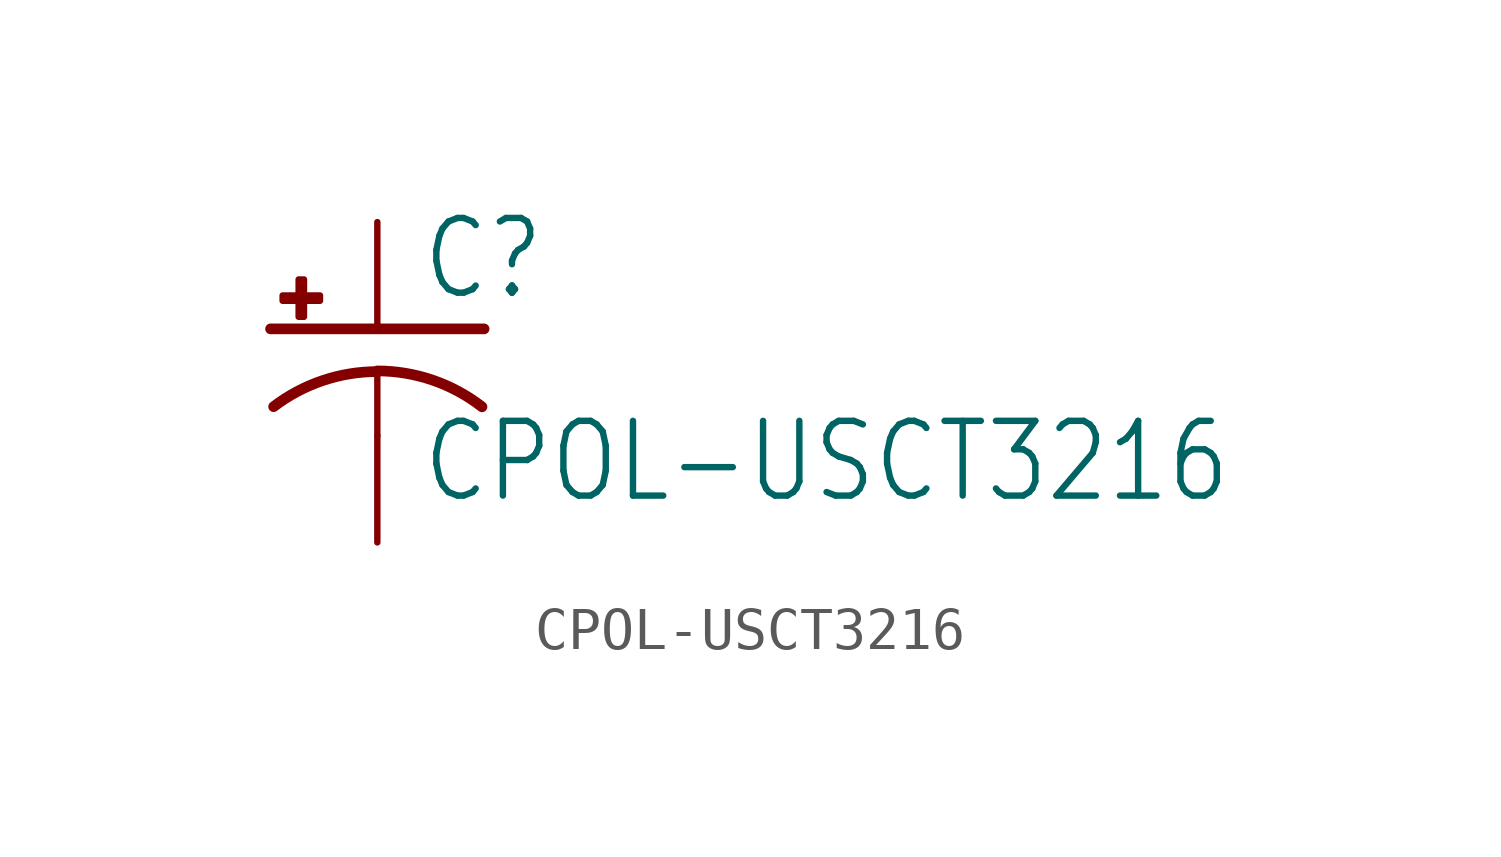
<source format=kicad_sym>
(kicad_symbol_lib
  (version 20220331)
  (generator kicad_symbol_editor)
  (symbol "CPOL-USCT3216"
    (property "Reference" "C"
      (at 1.016 0.635 0)
      (effects (font (size 1.778 1.511)) (justify left bottom)))
    (property "Value" "CPOL-USCT3216"
      (at 1.016 -4.191 0)
      (effects (font (size 1.778 1.511)) (justify left bottom)))
    (property "ki_locked" ""
      (at 0 0 0)
      (effects (font (size 1.27 1.27))))
    (symbol "CPOL-USCT3216_1_0"
      (rectangle (start -2.253 0.668) (end -1.364 0.795) (stroke (width 0) (type default)) (fill (type outline)))
      (rectangle (start -1.872 0.287) (end -1.745 1.176) (stroke (width 0) (type default)) (fill (type outline)))
      (arc (start 0 -1.0161) (mid -1.3021 -1.2302) (end -2.4669 -1.8504) (stroke (width 0.254) (type solid)) (fill (type none)))
      (polyline (pts (xy -2.54 0) (xy 2.54 0)) (stroke (width 0.254) (type solid)) (fill (type none)))
      (polyline (pts (xy 0 -1.016) (xy 0 -2.54)) (stroke (width 0.152) (type solid)) (fill (type none)))
      (arc (start 2.4892 -1.8542) (mid 1.3158 -1.2195) (end 0 -1) (stroke (width 0.254) (type solid)) (fill (type none)))
      (pin passive line (at 0 2.54 270) (length 2.54) (name "+" (effects (font (size 0 0)))) (number "+" (effects (font (size 0 0)))))
      (pin passive line (at 0 -5.08 90) (length 2.54) (name "-" (effects (font (size 0 0)))) (number "-" (effects (font (size 0 0))))))))
</source>
